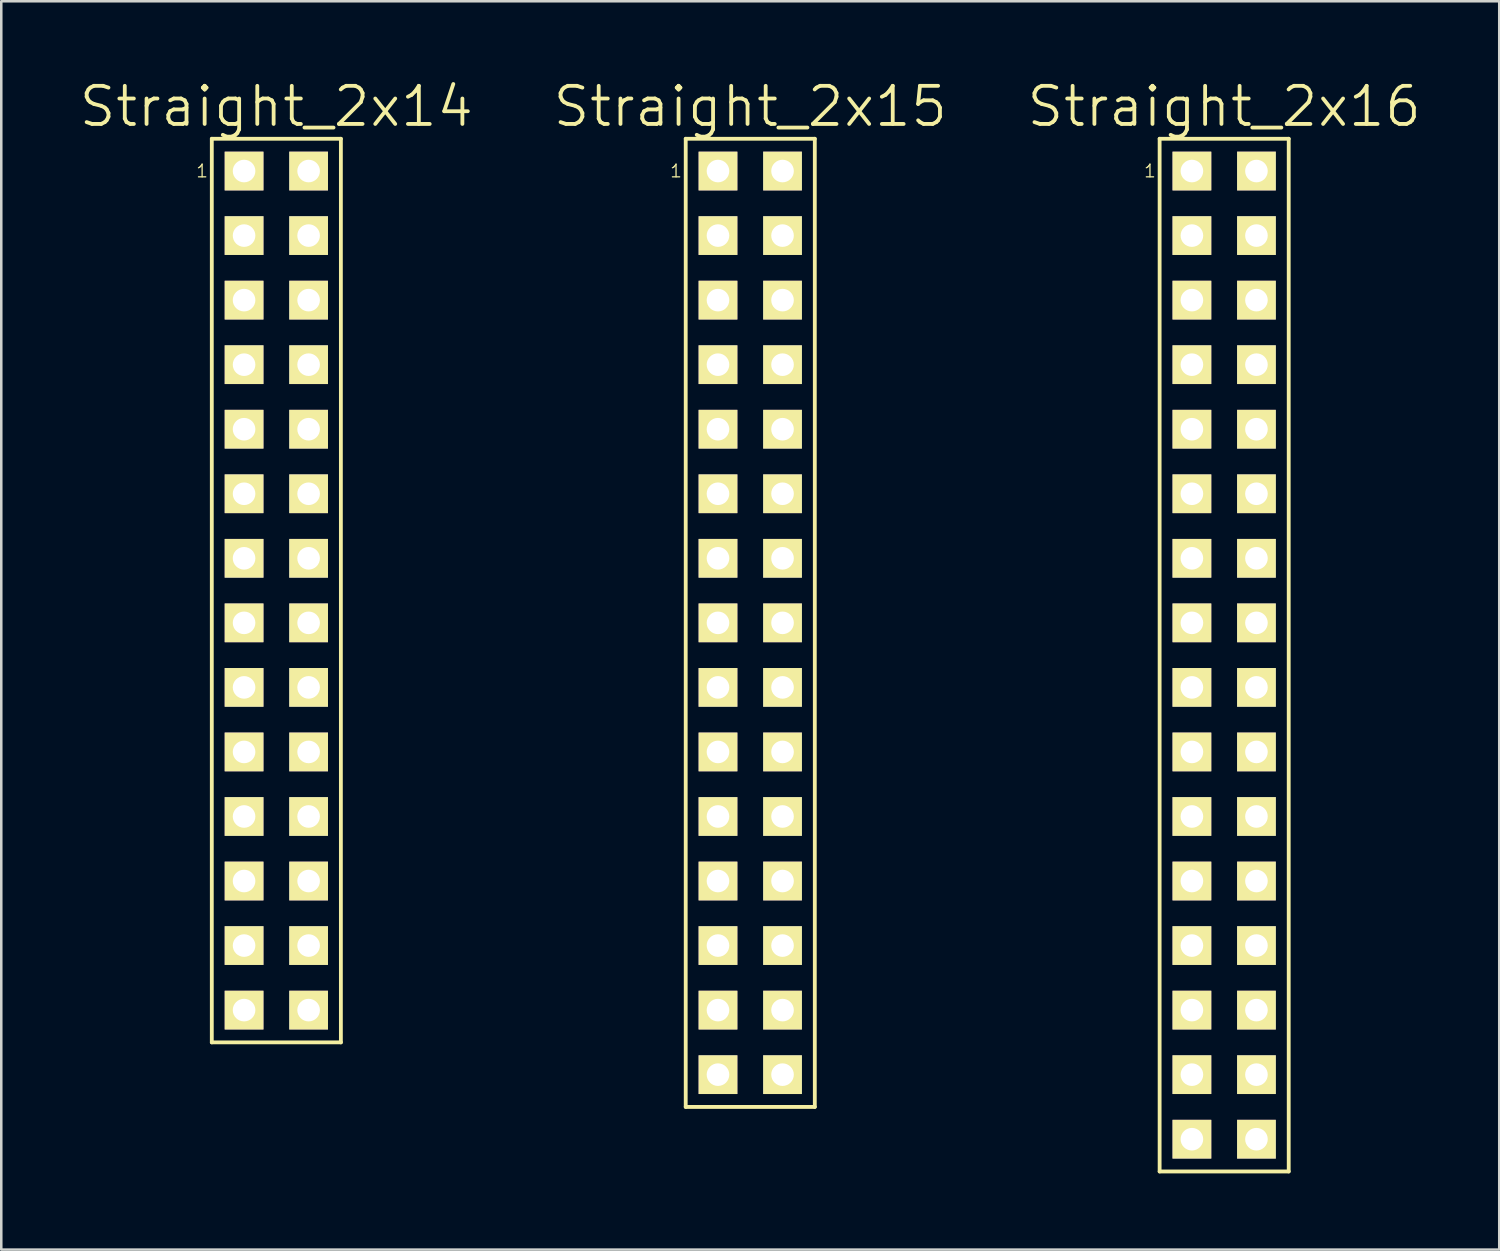
<source format=kicad_pcb>
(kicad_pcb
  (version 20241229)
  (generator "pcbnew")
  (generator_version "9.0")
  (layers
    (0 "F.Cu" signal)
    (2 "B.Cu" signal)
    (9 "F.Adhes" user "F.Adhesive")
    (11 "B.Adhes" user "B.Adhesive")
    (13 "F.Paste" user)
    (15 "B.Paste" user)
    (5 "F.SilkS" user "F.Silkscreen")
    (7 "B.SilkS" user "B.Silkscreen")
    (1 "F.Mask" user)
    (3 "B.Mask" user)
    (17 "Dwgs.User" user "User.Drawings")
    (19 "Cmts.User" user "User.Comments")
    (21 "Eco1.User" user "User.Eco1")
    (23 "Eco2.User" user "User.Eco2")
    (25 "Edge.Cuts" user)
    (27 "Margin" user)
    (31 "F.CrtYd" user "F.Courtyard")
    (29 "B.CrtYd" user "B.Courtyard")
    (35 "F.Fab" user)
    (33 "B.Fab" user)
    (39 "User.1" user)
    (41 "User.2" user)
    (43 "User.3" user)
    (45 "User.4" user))
  (footprint "Straight_2x16"
    (layer "F.Cu")
    (at 45.125 22.731)
    (property "Reference" "Straight_2x16" (at 0 -21.59 0) (layer "F.SilkS") (effects (font (size 1.5 1.5) (thickness 0.15))))
    (attr through_hole)
    (fp_line (start -2.54 -20.32) (end 2.54 -20.32) (stroke (width 0.15) (type solid)) (layer "F.SilkS"))
    (fp_line (start -2.54 20.32) (end -2.54 -20.32) (stroke (width 0.15) (type solid)) (layer "F.SilkS"))
    (fp_line (start 2.54 -20.32) (end 2.54 20.32) (stroke (width 0.15) (type solid)) (layer "F.SilkS"))
    (fp_line (start 2.54 20.32) (end -2.54 20.32) (stroke (width 0.15) (type solid)) (layer "F.SilkS"))
    (fp_text user "1" (at -2.921 -19.05 0) (layer "F.SilkS") (effects (font (size 0.5 0.5) (thickness 0.05))))
    (pad "1" thru_hole rect (at -1.27 -19.05) (size 1.524 1.524) (drill 0.889) (layers "*.Cu" "*.Mask" "F.SilkS"))
    (pad "2" thru_hole rect (at 1.27 -19.05) (size 1.524 1.524) (drill 0.889) (layers "*.Cu" "*.Mask" "F.SilkS"))
    (pad "3" thru_hole rect (at -1.27 -16.51) (size 1.524 1.524) (drill 0.889) (layers "*.Cu" "*.Mask" "F.SilkS"))
    (pad "4" thru_hole rect (at 1.27 -16.51) (size 1.524 1.524) (drill 0.889) (layers "*.Cu" "*.Mask" "F.SilkS"))
    (pad "5" thru_hole rect (at -1.27 -13.97) (size 1.524 1.524) (drill 0.889) (layers "*.Cu" "*.Mask" "F.SilkS"))
    (pad "6" thru_hole rect (at 1.27 -13.97) (size 1.524 1.524) (drill 0.889) (layers "*.Cu" "*.Mask" "F.SilkS"))
    (pad "7" thru_hole rect (at -1.27 -11.43) (size 1.524 1.524) (drill 0.889) (layers "*.Cu" "*.Mask" "F.SilkS"))
    (pad "8" thru_hole rect (at 1.27 -11.43) (size 1.524 1.524) (drill 0.889) (layers "*.Cu" "*.Mask" "F.SilkS"))
    (pad "9" thru_hole rect (at -1.27 -8.89) (size 1.524 1.524) (drill 0.889) (layers "*.Cu" "*.Mask" "F.SilkS"))
    (pad "10" thru_hole rect (at 1.27 -8.89) (size 1.524 1.524) (drill 0.889) (layers "*.Cu" "*.Mask" "F.SilkS"))
    (pad "11" thru_hole rect (at -1.27 -6.35) (size 1.524 1.524) (drill 0.889) (layers "*.Cu" "*.Mask" "F.SilkS"))
    (pad "12" thru_hole rect (at 1.27 -6.35) (size 1.524 1.524) (drill 0.889) (layers "*.Cu" "*.Mask" "F.SilkS"))
    (pad "13" thru_hole rect (at -1.27 -3.81) (size 1.524 1.524) (drill 0.889) (layers "*.Cu" "*.Mask" "F.SilkS"))
    (pad "14" thru_hole rect (at 1.27 -3.81) (size 1.524 1.524) (drill 0.889) (layers "*.Cu" "*.Mask" "F.SilkS"))
    (pad "15" thru_hole rect (at -1.27 -1.27) (size 1.524 1.524) (drill 0.889) (layers "*.Cu" "*.Mask" "F.SilkS"))
    (pad "16" thru_hole rect (at 1.27 -1.27) (size 1.524 1.524) (drill 0.889) (layers "*.Cu" "*.Mask" "F.SilkS"))
    (pad "17" thru_hole rect (at -1.27 1.27) (size 1.524 1.524) (drill 0.889) (layers "*.Cu" "*.Mask" "F.SilkS"))
    (pad "18" thru_hole rect (at 1.27 1.27) (size 1.524 1.524) (drill 0.889) (layers "*.Cu" "*.Mask" "F.SilkS"))
    (pad "19" thru_hole rect (at -1.27 3.81) (size 1.524 1.524) (drill 0.889) (layers "*.Cu" "*.Mask" "F.SilkS"))
    (pad "20" thru_hole rect (at 1.27 3.81) (size 1.524 1.524) (drill 0.889) (layers "*.Cu" "*.Mask" "F.SilkS"))
    (pad "21" thru_hole rect (at -1.27 6.35) (size 1.524 1.524) (drill 0.889) (layers "*.Cu" "*.Mask" "F.SilkS"))
    (pad "22" thru_hole rect (at 1.27 6.35) (size 1.524 1.524) (drill 0.889) (layers "*.Cu" "*.Mask" "F.SilkS"))
    (pad "23" thru_hole rect (at -1.27 8.89) (size 1.524 1.524) (drill 0.889) (layers "*.Cu" "*.Mask" "F.SilkS"))
    (pad "24" thru_hole rect (at 1.27 8.89) (size 1.524 1.524) (drill 0.889) (layers "*.Cu" "*.Mask" "F.SilkS"))
    (pad "25" thru_hole rect (at -1.27 11.43) (size 1.524 1.524) (drill 0.889) (layers "*.Cu" "*.Mask" "F.SilkS"))
    (pad "26" thru_hole rect (at 1.27 11.43) (size 1.524 1.524) (drill 0.889) (layers "*.Cu" "*.Mask" "F.SilkS"))
    (pad "27" thru_hole rect (at -1.27 13.97) (size 1.524 1.524) (drill 0.889) (layers "*.Cu" "*.Mask" "F.SilkS"))
    (pad "28" thru_hole rect (at 1.27 13.97) (size 1.524 1.524) (drill 0.889) (layers "*.Cu" "*.Mask" "F.SilkS"))
    (pad "29" thru_hole rect (at -1.27 16.51) (size 1.524 1.524) (drill 0.889) (layers "*.Cu" "*.Mask" "F.SilkS"))
    (pad "30" thru_hole rect (at 1.27 16.51) (size 1.524 1.524) (drill 0.889) (layers "*.Cu" "*.Mask" "F.SilkS"))
    (pad "31" thru_hole rect (at -1.27 19.05) (size 1.524 1.524) (drill 0.889) (layers "*.Cu" "*.Mask" "F.SilkS"))
    (pad "32" thru_hole rect (at 1.27 19.05) (size 1.524 1.524) (drill 0.889) (layers "*.Cu" "*.Mask" "F.SilkS")))
  (footprint "Straight_2x15"
    (layer "F.Cu")
    (at 26.475 21.461)
    (property "Reference" "Straight_2x15" (at 0 -20.32 0) (layer "F.SilkS") (effects (font (size 1.5 1.5) (thickness 0.15))))
    (attr through_hole)
    (fp_line (start -2.54 -19.05) (end 2.54 -19.05) (stroke (width 0.15) (type solid)) (layer "F.SilkS"))
    (fp_line (start -2.54 19.05) (end -2.54 -19.05) (stroke (width 0.15) (type solid)) (layer "F.SilkS"))
    (fp_line (start 2.54 -19.05) (end 2.54 19.05) (stroke (width 0.15) (type solid)) (layer "F.SilkS"))
    (fp_line (start 2.54 19.05) (end -2.54 19.05) (stroke (width 0.15) (type solid)) (layer "F.SilkS"))
    (fp_text user "1" (at -2.921 -17.78 0) (layer "F.SilkS") (effects (font (size 0.5 0.5) (thickness 0.05))))
    (pad "1" thru_hole rect (at -1.27 -17.78) (size 1.524 1.524) (drill 0.889) (layers "*.Cu" "*.Mask" "F.SilkS"))
    (pad "2" thru_hole rect (at 1.27 -17.78) (size 1.524 1.524) (drill 0.889) (layers "*.Cu" "*.Mask" "F.SilkS"))
    (pad "3" thru_hole rect (at -1.27 -15.24) (size 1.524 1.524) (drill 0.889) (layers "*.Cu" "*.Mask" "F.SilkS"))
    (pad "4" thru_hole rect (at 1.27 -15.24) (size 1.524 1.524) (drill 0.889) (layers "*.Cu" "*.Mask" "F.SilkS"))
    (pad "5" thru_hole rect (at -1.27 -12.7) (size 1.524 1.524) (drill 0.889) (layers "*.Cu" "*.Mask" "F.SilkS"))
    (pad "6" thru_hole rect (at 1.27 -12.7) (size 1.524 1.524) (drill 0.889) (layers "*.Cu" "*.Mask" "F.SilkS"))
    (pad "7" thru_hole rect (at -1.27 -10.16) (size 1.524 1.524) (drill 0.889) (layers "*.Cu" "*.Mask" "F.SilkS"))
    (pad "8" thru_hole rect (at 1.27 -10.16) (size 1.524 1.524) (drill 0.889) (layers "*.Cu" "*.Mask" "F.SilkS"))
    (pad "9" thru_hole rect (at -1.27 -7.62) (size 1.524 1.524) (drill 0.889) (layers "*.Cu" "*.Mask" "F.SilkS"))
    (pad "10" thru_hole rect (at 1.27 -7.62) (size 1.524 1.524) (drill 0.889) (layers "*.Cu" "*.Mask" "F.SilkS"))
    (pad "11" thru_hole rect (at -1.27 -5.08) (size 1.524 1.524) (drill 0.889) (layers "*.Cu" "*.Mask" "F.SilkS"))
    (pad "12" thru_hole rect (at 1.27 -5.08) (size 1.524 1.524) (drill 0.889) (layers "*.Cu" "*.Mask" "F.SilkS"))
    (pad "13" thru_hole rect (at -1.27 -2.54) (size 1.524 1.524) (drill 0.889) (layers "*.Cu" "*.Mask" "F.SilkS"))
    (pad "14" thru_hole rect (at 1.27 -2.54) (size 1.524 1.524) (drill 0.889) (layers "*.Cu" "*.Mask" "F.SilkS"))
    (pad "15" thru_hole rect (at -1.27 0) (size 1.524 1.524) (drill 0.889) (layers "*.Cu" "*.Mask" "F.SilkS"))
    (pad "16" thru_hole rect (at 1.27 0) (size 1.524 1.524) (drill 0.889) (layers "*.Cu" "*.Mask" "F.SilkS"))
    (pad "17" thru_hole rect (at -1.27 2.54) (size 1.524 1.524) (drill 0.889) (layers "*.Cu" "*.Mask" "F.SilkS"))
    (pad "18" thru_hole rect (at 1.27 2.54) (size 1.524 1.524) (drill 0.889) (layers "*.Cu" "*.Mask" "F.SilkS"))
    (pad "19" thru_hole rect (at -1.27 5.08) (size 1.524 1.524) (drill 0.889) (layers "*.Cu" "*.Mask" "F.SilkS"))
    (pad "20" thru_hole rect (at 1.27 5.08) (size 1.524 1.524) (drill 0.889) (layers "*.Cu" "*.Mask" "F.SilkS"))
    (pad "21" thru_hole rect (at -1.27 7.62) (size 1.524 1.524) (drill 0.889) (layers "*.Cu" "*.Mask" "F.SilkS"))
    (pad "22" thru_hole rect (at 1.27 7.62) (size 1.524 1.524) (drill 0.889) (layers "*.Cu" "*.Mask" "F.SilkS"))
    (pad "23" thru_hole rect (at -1.27 10.16) (size 1.524 1.524) (drill 0.889) (layers "*.Cu" "*.Mask" "F.SilkS"))
    (pad "24" thru_hole rect (at 1.27 10.16) (size 1.524 1.524) (drill 0.889) (layers "*.Cu" "*.Mask" "F.SilkS"))
    (pad "25" thru_hole rect (at -1.27 12.7) (size 1.524 1.524) (drill 0.889) (layers "*.Cu" "*.Mask" "F.SilkS"))
    (pad "26" thru_hole rect (at 1.27 12.7) (size 1.524 1.524) (drill 0.889) (layers "*.Cu" "*.Mask" "F.SilkS"))
    (pad "27" thru_hole rect (at -1.27 15.24) (size 1.524 1.524) (drill 0.889) (layers "*.Cu" "*.Mask" "F.SilkS"))
    (pad "28" thru_hole rect (at 1.27 15.24) (size 1.524 1.524) (drill 0.889) (layers "*.Cu" "*.Mask" "F.SilkS"))
    (pad "29" thru_hole rect (at -1.27 17.78) (size 1.524 1.524) (drill 0.889) (layers "*.Cu" "*.Mask" "F.SilkS"))
    (pad "30" thru_hole rect (at 1.27 17.78) (size 1.524 1.524) (drill 0.889) (layers "*.Cu" "*.Mask" "F.SilkS")))
  (footprint "Straight_2x14"
    (layer "F.Cu")
    (at 7.825 20.191)
    (property "Reference" "Straight_2x14" (at 0 -19.05 0) (layer "F.SilkS") (effects (font (size 1.5 1.5) (thickness 0.15))))
    (attr through_hole)
    (fp_line (start -2.54 -17.78) (end 2.54 -17.78) (stroke (width 0.15) (type solid)) (layer "F.SilkS"))
    (fp_line (start -2.54 17.78) (end -2.54 -17.78) (stroke (width 0.15) (type solid)) (layer "F.SilkS"))
    (fp_line (start 2.54 -17.78) (end 2.54 17.78) (stroke (width 0.15) (type solid)) (layer "F.SilkS"))
    (fp_line (start 2.54 17.78) (end -2.54 17.78) (stroke (width 0.15) (type solid)) (layer "F.SilkS"))
    (fp_text user "1" (at -2.921 -16.51 0) (layer "F.SilkS") (effects (font (size 0.5 0.5) (thickness 0.05))))
    (pad "1" thru_hole rect (at -1.27 -16.51) (size 1.524 1.524) (drill 0.889) (layers "*.Cu" "*.Mask" "F.SilkS"))
    (pad "2" thru_hole rect (at 1.27 -16.51) (size 1.524 1.524) (drill 0.889) (layers "*.Cu" "*.Mask" "F.SilkS"))
    (pad "3" thru_hole rect (at -1.27 -13.97) (size 1.524 1.524) (drill 0.889) (layers "*.Cu" "*.Mask" "F.SilkS"))
    (pad "4" thru_hole rect (at 1.27 -13.97) (size 1.524 1.524) (drill 0.889) (layers "*.Cu" "*.Mask" "F.SilkS"))
    (pad "5" thru_hole rect (at -1.27 -11.43) (size 1.524 1.524) (drill 0.889) (layers "*.Cu" "*.Mask" "F.SilkS"))
    (pad "6" thru_hole rect (at 1.27 -11.43) (size 1.524 1.524) (drill 0.889) (layers "*.Cu" "*.Mask" "F.SilkS"))
    (pad "7" thru_hole rect (at -1.27 -8.89) (size 1.524 1.524) (drill 0.889) (layers "*.Cu" "*.Mask" "F.SilkS"))
    (pad "8" thru_hole rect (at 1.27 -8.89) (size 1.524 1.524) (drill 0.889) (layers "*.Cu" "*.Mask" "F.SilkS"))
    (pad "9" thru_hole rect (at -1.27 -6.35) (size 1.524 1.524) (drill 0.889) (layers "*.Cu" "*.Mask" "F.SilkS"))
    (pad "10" thru_hole rect (at 1.27 -6.35) (size 1.524 1.524) (drill 0.889) (layers "*.Cu" "*.Mask" "F.SilkS"))
    (pad "11" thru_hole rect (at -1.27 -3.81) (size 1.524 1.524) (drill 0.889) (layers "*.Cu" "*.Mask" "F.SilkS"))
    (pad "12" thru_hole rect (at 1.27 -3.81) (size 1.524 1.524) (drill 0.889) (layers "*.Cu" "*.Mask" "F.SilkS"))
    (pad "13" thru_hole rect (at -1.27 -1.27) (size 1.524 1.524) (drill 0.889) (layers "*.Cu" "*.Mask" "F.SilkS"))
    (pad "14" thru_hole rect (at 1.27 -1.27) (size 1.524 1.524) (drill 0.889) (layers "*.Cu" "*.Mask" "F.SilkS"))
    (pad "15" thru_hole rect (at -1.27 1.27) (size 1.524 1.524) (drill 0.889) (layers "*.Cu" "*.Mask" "F.SilkS"))
    (pad "16" thru_hole rect (at 1.27 1.27) (size 1.524 1.524) (drill 0.889) (layers "*.Cu" "*.Mask" "F.SilkS"))
    (pad "17" thru_hole rect (at -1.27 3.81) (size 1.524 1.524) (drill 0.889) (layers "*.Cu" "*.Mask" "F.SilkS"))
    (pad "18" thru_hole rect (at 1.27 3.81) (size 1.524 1.524) (drill 0.889) (layers "*.Cu" "*.Mask" "F.SilkS"))
    (pad "19" thru_hole rect (at -1.27 6.35) (size 1.524 1.524) (drill 0.889) (layers "*.Cu" "*.Mask" "F.SilkS"))
    (pad "20" thru_hole rect (at 1.27 6.35) (size 1.524 1.524) (drill 0.889) (layers "*.Cu" "*.Mask" "F.SilkS"))
    (pad "21" thru_hole rect (at -1.27 8.89) (size 1.524 1.524) (drill 0.889) (layers "*.Cu" "*.Mask" "F.SilkS"))
    (pad "22" thru_hole rect (at 1.27 8.89) (size 1.524 1.524) (drill 0.889) (layers "*.Cu" "*.Mask" "F.SilkS"))
    (pad "23" thru_hole rect (at -1.27 11.43) (size 1.524 1.524) (drill 0.889) (layers "*.Cu" "*.Mask" "F.SilkS"))
    (pad "24" thru_hole rect (at 1.27 11.43) (size 1.524 1.524) (drill 0.889) (layers "*.Cu" "*.Mask" "F.SilkS"))
    (pad "25" thru_hole rect (at -1.27 13.97) (size 1.524 1.524) (drill 0.889) (layers "*.Cu" "*.Mask" "F.SilkS"))
    (pad "26" thru_hole rect (at 1.27 13.97) (size 1.524 1.524) (drill 0.889) (layers "*.Cu" "*.Mask" "F.SilkS"))
    (pad "27" thru_hole rect (at -1.27 16.51) (size 1.524 1.524) (drill 0.889) (layers "*.Cu" "*.Mask" "F.SilkS"))
    (pad "28" thru_hole rect (at 1.27 16.51) (size 1.524 1.524) (drill 0.889) (layers "*.Cu" "*.Mask" "F.SilkS")))
  (gr_rect
    (start -3 -3)
    (end 55.95 46.126)
    (stroke (width 0.1) (type default))
    (fill no)
    (layer "Edge.Cuts")))
</source>
